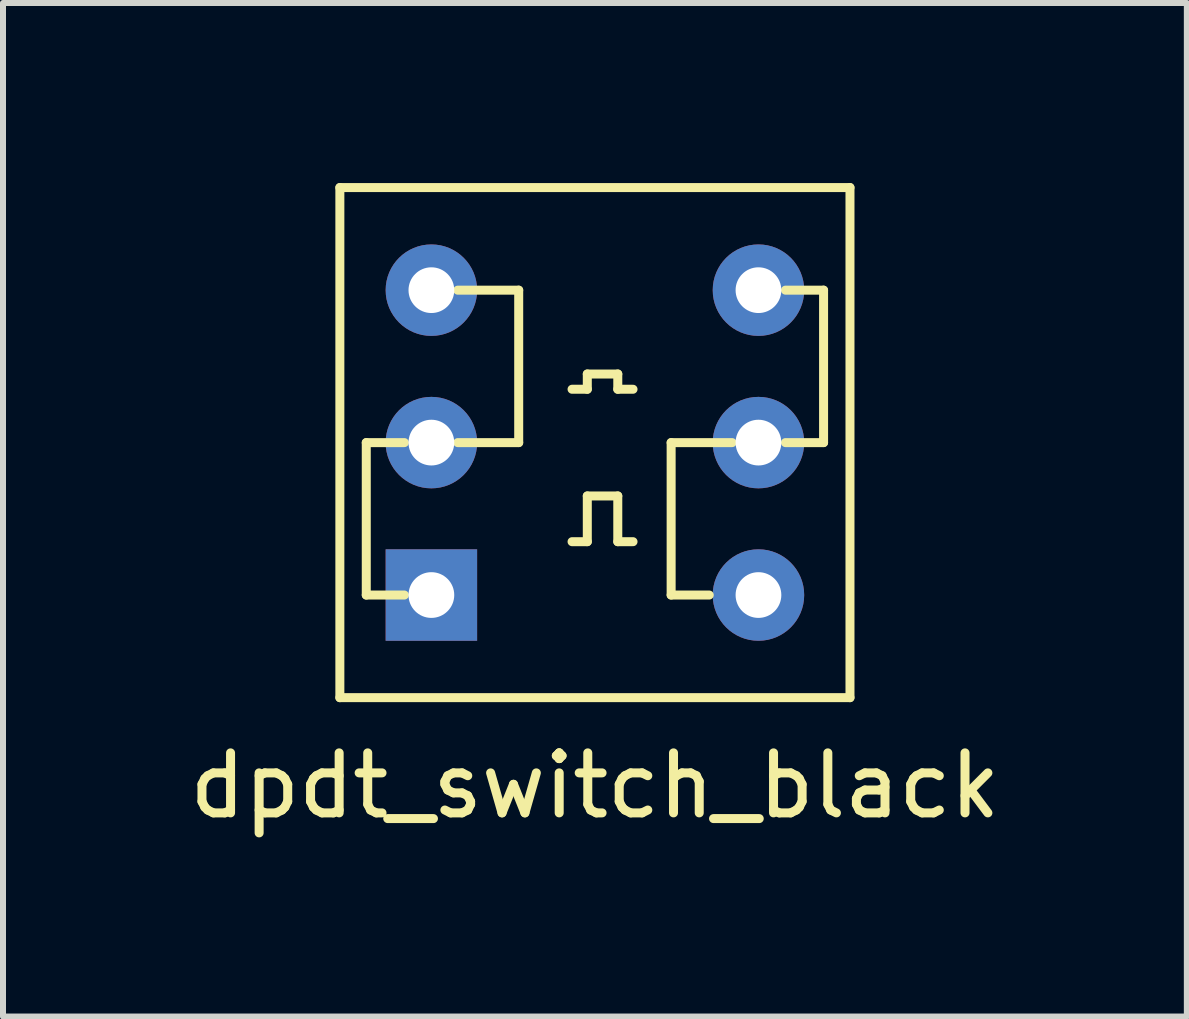
<source format=kicad_pcb>
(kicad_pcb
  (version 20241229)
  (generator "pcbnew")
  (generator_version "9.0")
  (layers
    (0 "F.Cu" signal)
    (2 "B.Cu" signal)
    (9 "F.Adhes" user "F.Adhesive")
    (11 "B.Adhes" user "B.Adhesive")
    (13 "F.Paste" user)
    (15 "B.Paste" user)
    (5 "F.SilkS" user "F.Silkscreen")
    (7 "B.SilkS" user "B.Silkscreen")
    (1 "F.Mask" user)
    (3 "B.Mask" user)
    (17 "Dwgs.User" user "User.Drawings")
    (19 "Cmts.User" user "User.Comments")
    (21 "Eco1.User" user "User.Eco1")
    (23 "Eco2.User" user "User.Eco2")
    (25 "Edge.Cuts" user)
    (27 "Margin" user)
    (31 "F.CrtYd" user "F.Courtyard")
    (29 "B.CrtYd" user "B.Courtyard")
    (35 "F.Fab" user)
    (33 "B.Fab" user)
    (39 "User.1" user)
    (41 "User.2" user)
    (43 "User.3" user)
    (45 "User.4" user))
  (footprint "dpdt_switch_black"
    (layer "F.Cu")
    (at 6.863 4.325)
    (property "Reference" "dpdt_switch_black" (at 0 5.715 0) (layer "F.SilkS") (effects (font (size 1 1) (thickness 0.15))))
    (attr through_hole)
    (fp_line (start -4.25 -4.25) (end -4.25 4.25) (stroke (width 0.15) (type solid)) (layer "F.SilkS"))
    (fp_line (start -4.25 -4.25) (end 4.25 -4.25) (stroke (width 0.15) (type solid)) (layer "F.SilkS"))
    (fp_line (start -4.25 4.25) (end 4.25 4.25) (stroke (width 0.15) (type solid)) (layer "F.SilkS"))
    (fp_line (start -3.81 0) (end -3.81 2.54) (stroke (width 0.15) (type solid)) (layer "F.SilkS"))
    (fp_line (start -3.81 2.54) (end -3.175 2.54) (stroke (width 0.15) (type solid)) (layer "F.SilkS"))
    (fp_line (start -3.175 0) (end -3.81 0) (stroke (width 0.15) (type solid)) (layer "F.SilkS"))
    (fp_line (start -2.286 0) (end -1.27 0) (stroke (width 0.15) (type solid)) (layer "F.SilkS"))
    (fp_line (start -1.27 -2.54) (end -2.286 -2.54) (stroke (width 0.15) (type solid)) (layer "F.SilkS"))
    (fp_line (start -1.27 0) (end -1.27 -2.54) (stroke (width 0.15) (type solid)) (layer "F.SilkS"))
    (fp_line (start -0.381 -0.889) (end -0.127 -0.889) (stroke (width 0.15) (type solid)) (layer "F.SilkS"))
    (fp_line (start -0.381 1.651) (end -0.127 1.651) (stroke (width 0.15) (type solid)) (layer "F.SilkS"))
    (fp_line (start -0.127 -1.143) (end 0.381 -1.143) (stroke (width 0.15) (type solid)) (layer "F.SilkS"))
    (fp_line (start -0.127 -0.889) (end -0.127 -1.143) (stroke (width 0.15) (type solid)) (layer "F.SilkS"))
    (fp_line (start -0.127 0.889) (end 0.381 0.889) (stroke (width 0.15) (type solid)) (layer "F.SilkS"))
    (fp_line (start -0.127 1.651) (end -0.127 0.889) (stroke (width 0.15) (type solid)) (layer "F.SilkS"))
    (fp_line (start 0.381 -1.143) (end 0.381 -0.889) (stroke (width 0.15) (type solid)) (layer "F.SilkS"))
    (fp_line (start 0.381 -0.889) (end 0.635 -0.889) (stroke (width 0.15) (type solid)) (layer "F.SilkS"))
    (fp_line (start 0.381 0.889) (end 0.381 1.651) (stroke (width 0.15) (type solid)) (layer "F.SilkS"))
    (fp_line (start 0.381 1.651) (end 0.635 1.651) (stroke (width 0.15) (type solid)) (layer "F.SilkS"))
    (fp_line (start 1.27 0) (end 1.27 2.54) (stroke (width 0.15) (type solid)) (layer "F.SilkS"))
    (fp_line (start 1.27 2.54) (end 1.905 2.54) (stroke (width 0.15) (type solid)) (layer "F.SilkS"))
    (fp_line (start 2.286 0) (end 1.27 0) (stroke (width 0.15) (type solid)) (layer "F.SilkS"))
    (fp_line (start 3.175 -2.54) (end 3.81 -2.54) (stroke (width 0.15) (type solid)) (layer "F.SilkS"))
    (fp_line (start 3.81 -2.54) (end 3.81 0) (stroke (width 0.15) (type solid)) (layer "F.SilkS"))
    (fp_line (start 3.81 0) (end 3.175 0) (stroke (width 0.15) (type solid)) (layer "F.SilkS"))
    (fp_line (start 4.25 -4.25) (end 4.25 4.25) (stroke (width 0.15) (type solid)) (layer "F.SilkS"))
    (pad "1" thru_hole rect (at -2.725 2.54) (size 1.524 1.524) (drill 0.762) (layers "*.Cu" "*.Mask"))
    (pad "2" thru_hole circle (at -2.725 0) (size 1.524 1.524) (drill 0.762) (layers "*.Cu" "*.Mask"))
    (pad "3" thru_hole circle (at -2.725 -2.54) (size 1.524 1.524) (drill 0.762) (layers "*.Cu" "*.Mask"))
    (pad "4" thru_hole circle (at 2.725 2.54) (size 1.524 1.524) (drill 0.762) (layers "*.Cu" "*.Mask"))
    (pad "5" thru_hole circle (at 2.725 0) (size 1.524 1.524) (drill 0.762) (layers "*.Cu" "*.Mask"))
    (pad "6" thru_hole circle (at 2.725 -2.54) (size 1.524 1.524) (drill 0.762) (layers "*.Cu" "*.Mask")))
  (gr_rect
    (start -3 -3)
    (end 16.726 13.888)
    (stroke (width 0.1) (type default))
    (fill no)
    (layer "Edge.Cuts")))
</source>
